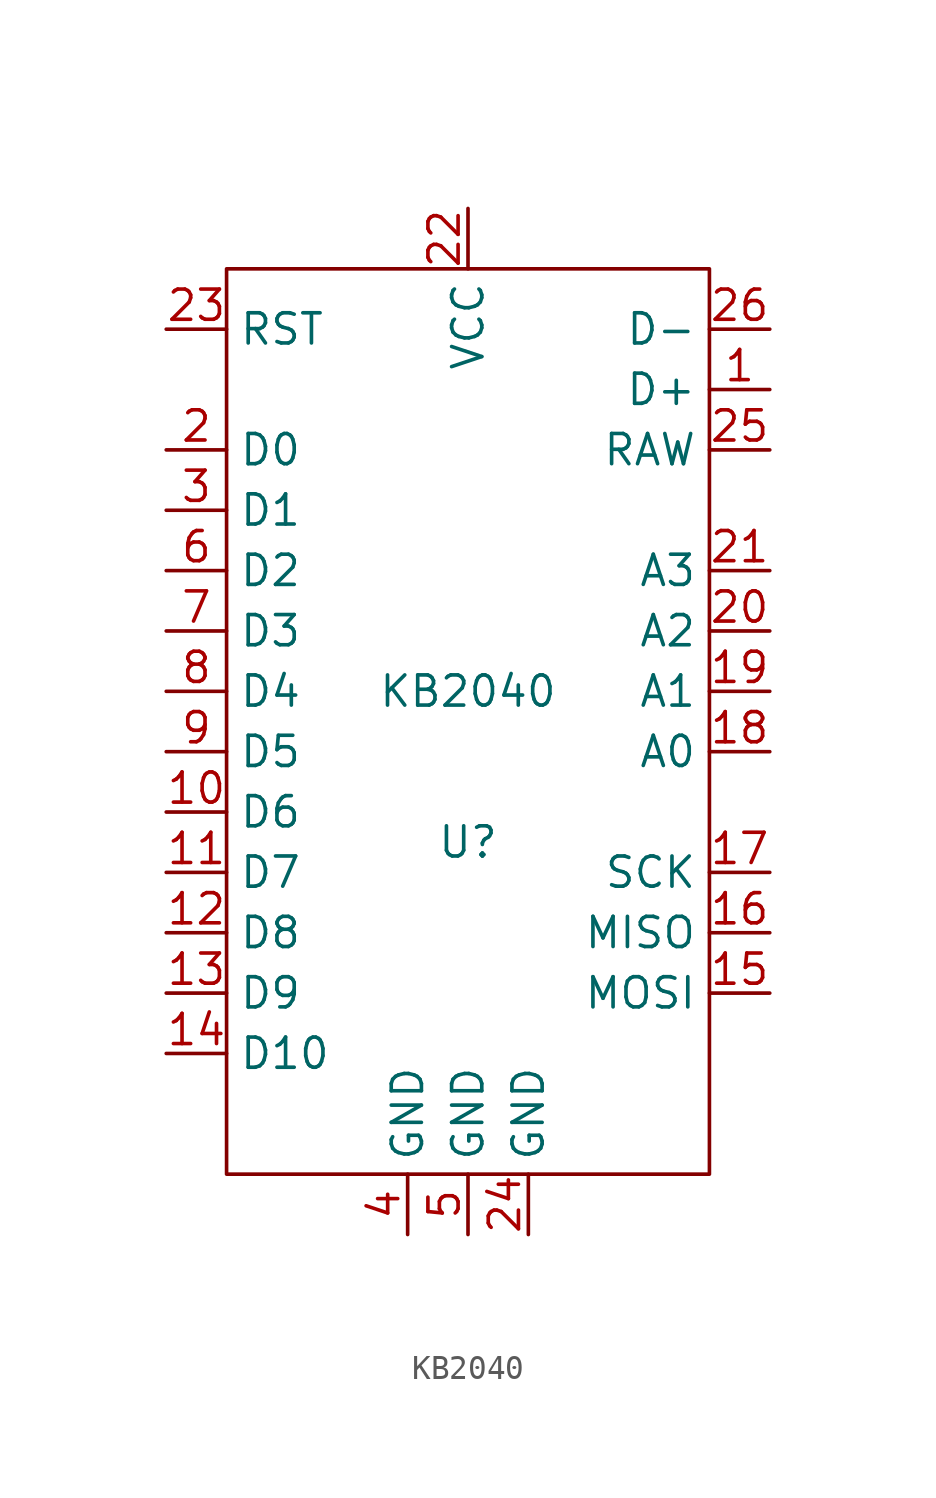
<source format=kicad_sym>
(kicad_symbol_lib
  (version 20211014)
  (generator kicad_symbol_editor)
  (symbol "KB2040"
    (property "Reference" "U"
      (at 0 0 0)
      (effects (font (size 1.27 1.27))))
    (property "Value" "KB2040"
      (at 0 6.35 0)
      (effects (font (size 1.27 1.27))))
    (symbol "KB2040_0_1"
      (rectangle (start -10.16 24.13) (end 10.16 -13.97) (stroke (width 0) (type default) (color 0 0 0 0)) (fill (type none))))
    (symbol "KB2040_1_1"
      (pin passive line (at 12.7 19.05 180) (length 2.54) (name "D+" (effects (font (size 1.27 1.27)))) (number "1" (effects (font (size 1.27 1.27)))))
      (pin passive line (at -12.7 1.27 0) (length 2.54) (name "D6" (effects (font (size 1.27 1.27)))) (number "10" (effects (font (size 1.27 1.27)))))
      (pin passive line (at -12.7 -1.27 0) (length 2.54) (name "D7" (effects (font (size 1.27 1.27)))) (number "11" (effects (font (size 1.27 1.27)))))
      (pin passive line (at -12.7 -3.81 0) (length 2.54) (name "D8" (effects (font (size 1.27 1.27)))) (number "12" (effects (font (size 1.27 1.27)))))
      (pin passive line (at -12.7 -6.35 0) (length 2.54) (name "D9" (effects (font (size 1.27 1.27)))) (number "13" (effects (font (size 1.27 1.27)))))
      (pin passive line (at -12.7 -8.89 0) (length 2.54) (name "D10" (effects (font (size 1.27 1.27)))) (number "14" (effects (font (size 1.27 1.27)))))
      (pin passive line (at 12.7 -6.35 180) (length 2.54) (name "MOSI" (effects (font (size 1.27 1.27)))) (number "15" (effects (font (size 1.27 1.27)))))
      (pin passive line (at 12.7 -3.81 180) (length 2.54) (name "MISO" (effects (font (size 1.27 1.27)))) (number "16" (effects (font (size 1.27 1.27)))))
      (pin passive line (at 12.7 -1.27 180) (length 2.54) (name "SCK" (effects (font (size 1.27 1.27)))) (number "17" (effects (font (size 1.27 1.27)))))
      (pin passive line (at 12.7 3.81 180) (length 2.54) (name "A0" (effects (font (size 1.27 1.27)))) (number "18" (effects (font (size 1.27 1.27)))))
      (pin passive line (at 12.7 6.35 180) (length 2.54) (name "A1" (effects (font (size 1.27 1.27)))) (number "19" (effects (font (size 1.27 1.27)))))
      (pin passive line (at -12.7 16.51 0) (length 2.54) (name "D0" (effects (font (size 1.27 1.27)))) (number "2" (effects (font (size 1.27 1.27)))))
      (pin passive line (at 12.7 8.89 180) (length 2.54) (name "A2" (effects (font (size 1.27 1.27)))) (number "20" (effects (font (size 1.27 1.27)))))
      (pin passive line (at 12.7 11.43 180) (length 2.54) (name "A3" (effects (font (size 1.27 1.27)))) (number "21" (effects (font (size 1.27 1.27)))))
      (pin passive line (at 0 26.67 270) (length 2.54) (name "VCC" (effects (font (size 1.27 1.27)))) (number "22" (effects (font (size 1.27 1.27)))))
      (pin passive line (at -12.7 21.59 0) (length 2.54) (name "RST" (effects (font (size 1.27 1.27)))) (number "23" (effects (font (size 1.27 1.27)))))
      (pin passive line (at 2.54 -16.51 90) (length 2.54) (name "GND" (effects (font (size 1.27 1.27)))) (number "24" (effects (font (size 1.27 1.27)))))
      (pin passive line (at 12.7 16.51 180) (length 2.54) (name "RAW" (effects (font (size 1.27 1.27)))) (number "25" (effects (font (size 1.27 1.27)))))
      (pin passive line (at 12.7 21.59 180) (length 2.54) (name "D-" (effects (font (size 1.27 1.27)))) (number "26" (effects (font (size 1.27 1.27)))))
      (pin passive line (at -12.7 13.97 0) (length 2.54) (name "D1" (effects (font (size 1.27 1.27)))) (number "3" (effects (font (size 1.27 1.27)))))
      (pin passive line (at -2.54 -16.51 90) (length 2.54) (name "GND" (effects (font (size 1.27 1.27)))) (number "4" (effects (font (size 1.27 1.27)))))
      (pin passive line (at 0 -16.51 90) (length 2.54) (name "GND" (effects (font (size 1.27 1.27)))) (number "5" (effects (font (size 1.27 1.27)))))
      (pin passive line (at -12.7 11.43 0) (length 2.54) (name "D2" (effects (font (size 1.27 1.27)))) (number "6" (effects (font (size 1.27 1.27)))))
      (pin passive line (at -12.7 8.89 0) (length 2.54) (name "D3" (effects (font (size 1.27 1.27)))) (number "7" (effects (font (size 1.27 1.27)))))
      (pin passive line (at -12.7 6.35 0) (length 2.54) (name "D4" (effects (font (size 1.27 1.27)))) (number "8" (effects (font (size 1.27 1.27)))))
      (pin passive line (at -12.7 3.81 0) (length 2.54) (name "D5" (effects (font (size 1.27 1.27)))) (number "9" (effects (font (size 1.27 1.27))))))))
</source>
